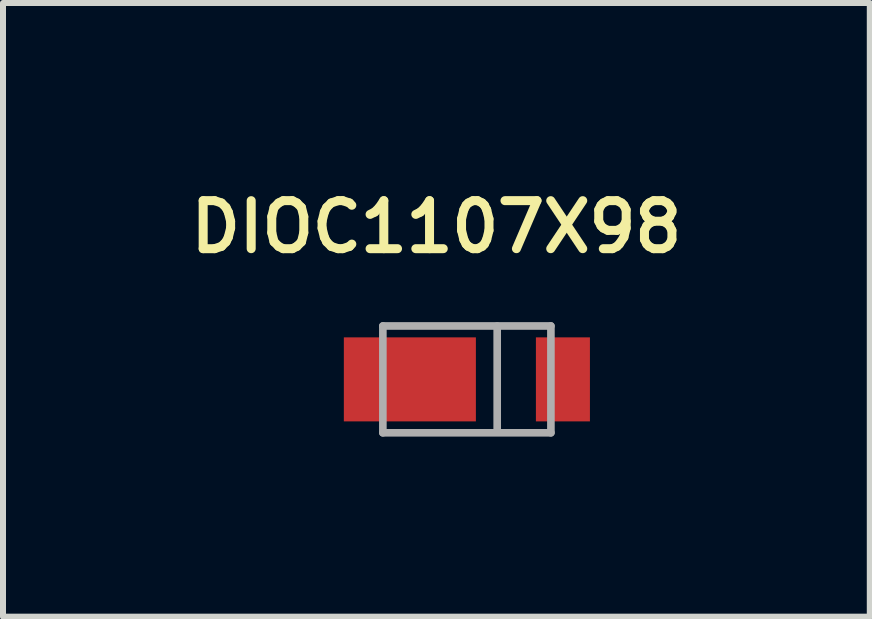
<source format=kicad_pcb>
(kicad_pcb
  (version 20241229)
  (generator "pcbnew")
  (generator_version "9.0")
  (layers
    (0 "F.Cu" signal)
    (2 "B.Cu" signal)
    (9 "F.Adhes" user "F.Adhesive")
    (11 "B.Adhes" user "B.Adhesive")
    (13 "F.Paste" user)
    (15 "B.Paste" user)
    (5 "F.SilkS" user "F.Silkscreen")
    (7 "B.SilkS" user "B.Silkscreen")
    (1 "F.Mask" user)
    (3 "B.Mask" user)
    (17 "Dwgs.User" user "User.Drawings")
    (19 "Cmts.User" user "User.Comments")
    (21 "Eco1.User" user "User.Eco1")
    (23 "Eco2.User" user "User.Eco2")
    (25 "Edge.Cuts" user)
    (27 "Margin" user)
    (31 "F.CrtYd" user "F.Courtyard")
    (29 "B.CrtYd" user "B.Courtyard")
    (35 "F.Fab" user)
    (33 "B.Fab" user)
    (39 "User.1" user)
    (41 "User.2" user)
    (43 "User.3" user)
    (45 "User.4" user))
  (footprint "DIOC1107X98"
    (layer "F.Cu")
    (at 4.729 3.271)
    (property "Reference" "DIOC1107X98" (at -0.508 -2.54 0) (layer "F.SilkS") (effects (font (size 0.8 0.8) (thickness 0.15))))
    (attr through_hole)
    (fp_line (start -1.4 -0.89) (end -1.4 0.89) (stroke (width 0.127) (type solid)) (layer "F.Fab"))
    (fp_line (start -1.4 0.89) (end 1.4 0.89) (stroke (width 0.127) (type solid)) (layer "F.Fab"))
    (fp_line (start 0.505 -0.888) (end 0.505 0.876) (stroke (width 0.127) (type solid)) (layer "F.Fab"))
    (fp_line (start 0.505 0.876) (end 0.511 0.876) (stroke (width 0.127) (type solid)) (layer "F.Fab"))
    (fp_line (start 1.4 -0.89) (end -1.4 -0.89) (stroke (width 0.127) (type solid)) (layer "F.Fab"))
    (fp_line (start 1.4 0.89) (end 1.4 -0.89) (stroke (width 0.127) (type solid)) (layer "F.Fab"))
    (pad "A" smd rect (at -0.95 0) (size 2.2 1.4) (layers "F.Cu" "F.Mask" "F.Paste"))
    (pad "C" smd rect (at 1.6 0) (size 0.9 1.4) (layers "F.Cu" "F.Mask" "F.Paste")))
  (gr_rect
    (start -3 -3)
    (end 11.442 7.225)
    (stroke (width 0.1) (type default))
    (fill no)
    (layer "Edge.Cuts")))
</source>
